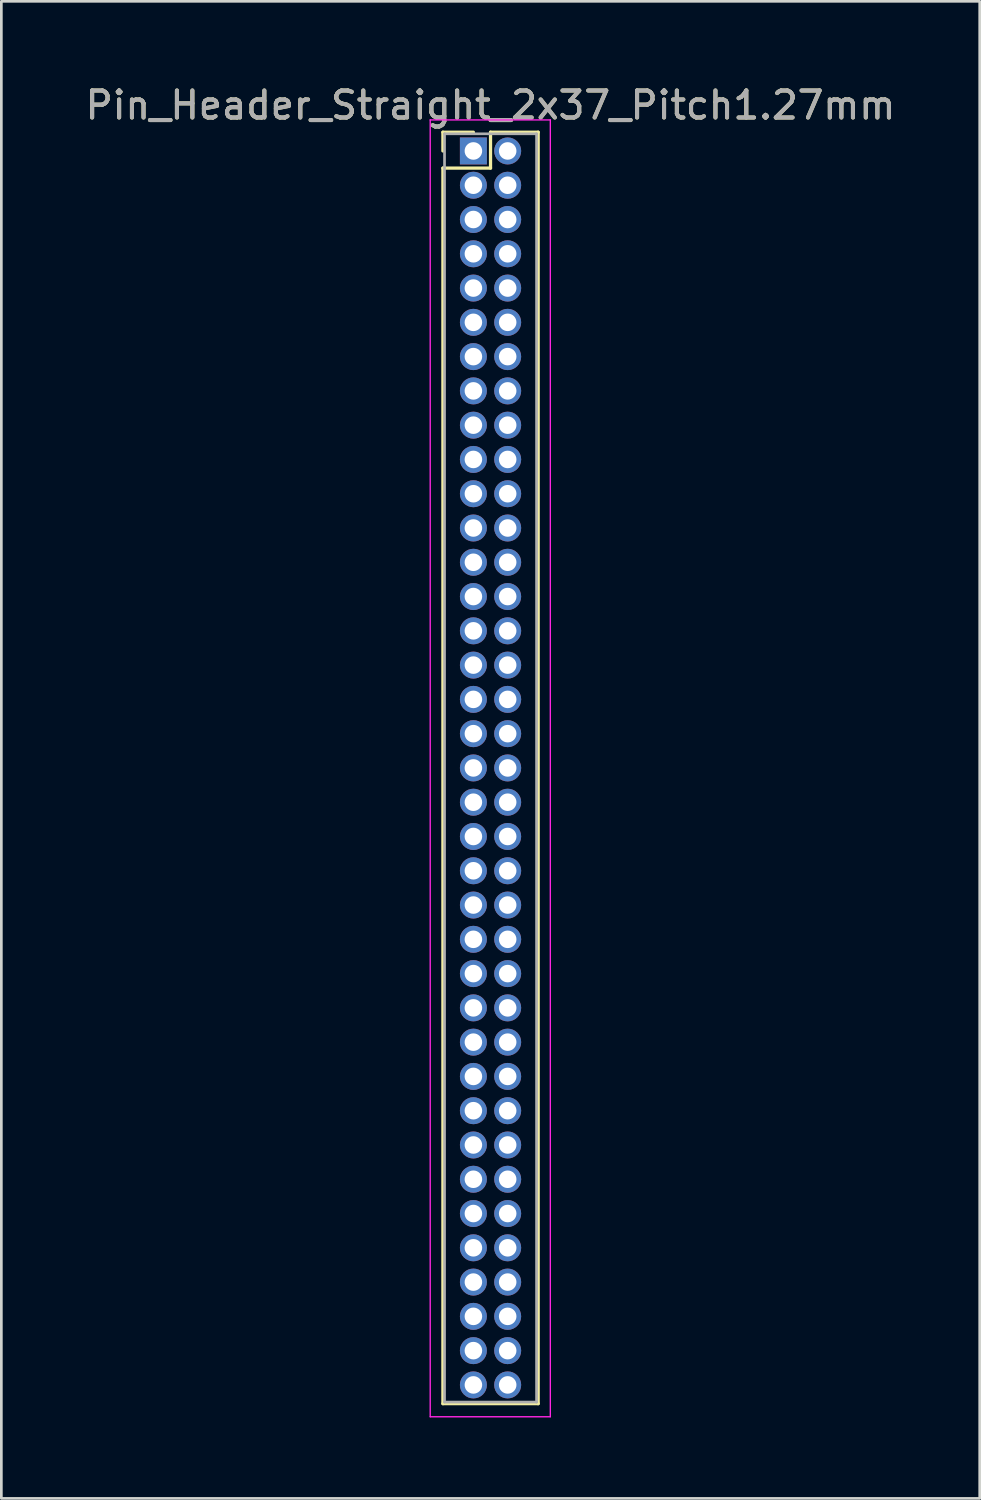
<source format=kicad_pcb>
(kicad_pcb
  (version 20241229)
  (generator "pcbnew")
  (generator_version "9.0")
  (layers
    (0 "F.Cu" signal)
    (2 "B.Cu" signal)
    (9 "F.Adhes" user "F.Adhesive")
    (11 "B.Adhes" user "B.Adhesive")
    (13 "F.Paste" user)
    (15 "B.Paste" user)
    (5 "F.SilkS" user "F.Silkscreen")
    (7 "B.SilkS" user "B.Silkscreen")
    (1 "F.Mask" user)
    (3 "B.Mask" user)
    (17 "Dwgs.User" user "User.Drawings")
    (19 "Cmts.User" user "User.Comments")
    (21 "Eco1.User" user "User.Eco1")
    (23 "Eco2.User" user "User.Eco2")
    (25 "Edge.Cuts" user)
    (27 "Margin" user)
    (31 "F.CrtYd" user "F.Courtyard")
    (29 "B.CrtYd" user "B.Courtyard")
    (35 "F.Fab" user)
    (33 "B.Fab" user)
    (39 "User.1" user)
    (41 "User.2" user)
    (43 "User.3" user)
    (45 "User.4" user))
  (footprint "Pin_Header_Straight_2x37_Pitch1.27mm"
    (layer "F.Cu")
    (at 14.49 2.543)
    (property "Reference" "Pin_Header_Straight_2x37_Pitch1.27mm" (at 0.635 -1.695 0) (layer "F.SilkS") (effects (font (size 1 1) (thickness 0.15))))
    (attr through_hole)
    (fp_line (start -1.13 -0.695) (end 0 -0.695) (stroke (width 0.12) (type solid)) (layer "F.SilkS"))
    (fp_line (start -1.13 0) (end -1.13 -0.695) (stroke (width 0.12) (type solid)) (layer "F.SilkS"))
    (fp_line (start -1.13 0.635) (end -1.13 46.415) (stroke (width 0.12) (type solid)) (layer "F.SilkS"))
    (fp_line (start -1.13 46.415) (end 2.4 46.415) (stroke (width 0.12) (type solid)) (layer "F.SilkS"))
    (fp_line (start 0.635 -0.695) (end 0.635 0.635) (stroke (width 0.12) (type solid)) (layer "F.SilkS"))
    (fp_line (start 0.635 0.635) (end -1.13 0.635) (stroke (width 0.12) (type solid)) (layer "F.SilkS"))
    (fp_line (start 2.4 -0.695) (end 0.635 -0.695) (stroke (width 0.12) (type solid)) (layer "F.SilkS"))
    (fp_line (start 2.4 46.415) (end 2.4 -0.695) (stroke (width 0.12) (type solid)) (layer "F.SilkS"))
    (fp_line (start -1.6 -1.15) (end -1.6 46.9) (stroke (width 0.05) (type solid)) (layer "F.CrtYd"))
    (fp_line (start -1.6 46.9) (end 2.85 46.9) (stroke (width 0.05) (type solid)) (layer "F.CrtYd"))
    (fp_line (start 2.85 -1.15) (end -1.6 -1.15) (stroke (width 0.05) (type solid)) (layer "F.CrtYd"))
    (fp_line (start 2.85 46.9) (end 2.85 -1.15) (stroke (width 0.05) (type solid)) (layer "F.CrtYd"))
    (fp_line (start -1.07 -0.635) (end -1.07 46.355) (stroke (width 0.1) (type solid)) (layer "F.Fab"))
    (fp_line (start -1.07 46.355) (end 2.34 46.355) (stroke (width 0.1) (type solid)) (layer "F.Fab"))
    (fp_line (start 2.34 -0.635) (end -1.07 -0.635) (stroke (width 0.1) (type solid)) (layer "F.Fab"))
    (fp_line (start 2.34 46.355) (end 2.34 -0.635) (stroke (width 0.1) (type solid)) (layer "F.Fab"))
    (fp_text user "${REFERENCE}" (at 0.635 -1.695 0) (layer "F.Fab") (effects (font (size 1 1) (thickness 0.15))))
    (pad "1" thru_hole rect (at 0 0) (size 1 1) (drill 0.65) (layers "*.Cu" "*.Mask"))
    (pad "2" thru_hole oval (at 1.27 0) (size 1 1) (drill 0.65) (layers "*.Cu" "*.Mask"))
    (pad "3" thru_hole oval (at 0 1.27) (size 1 1) (drill 0.65) (layers "*.Cu" "*.Mask"))
    (pad "4" thru_hole oval (at 1.27 1.27) (size 1 1) (drill 0.65) (layers "*.Cu" "*.Mask"))
    (pad "5" thru_hole oval (at 0 2.54) (size 1 1) (drill 0.65) (layers "*.Cu" "*.Mask"))
    (pad "6" thru_hole oval (at 1.27 2.54) (size 1 1) (drill 0.65) (layers "*.Cu" "*.Mask"))
    (pad "7" thru_hole oval (at 0 3.81) (size 1 1) (drill 0.65) (layers "*.Cu" "*.Mask"))
    (pad "8" thru_hole oval (at 1.27 3.81) (size 1 1) (drill 0.65) (layers "*.Cu" "*.Mask"))
    (pad "9" thru_hole oval (at 0 5.08) (size 1 1) (drill 0.65) (layers "*.Cu" "*.Mask"))
    (pad "10" thru_hole oval (at 1.27 5.08) (size 1 1) (drill 0.65) (layers "*.Cu" "*.Mask"))
    (pad "11" thru_hole oval (at 0 6.35) (size 1 1) (drill 0.65) (layers "*.Cu" "*.Mask"))
    (pad "12" thru_hole oval (at 1.27 6.35) (size 1 1) (drill 0.65) (layers "*.Cu" "*.Mask"))
    (pad "13" thru_hole oval (at 0 7.62) (size 1 1) (drill 0.65) (layers "*.Cu" "*.Mask"))
    (pad "14" thru_hole oval (at 1.27 7.62) (size 1 1) (drill 0.65) (layers "*.Cu" "*.Mask"))
    (pad "15" thru_hole oval (at 0 8.89) (size 1 1) (drill 0.65) (layers "*.Cu" "*.Mask"))
    (pad "16" thru_hole oval (at 1.27 8.89) (size 1 1) (drill 0.65) (layers "*.Cu" "*.Mask"))
    (pad "17" thru_hole oval (at 0 10.16) (size 1 1) (drill 0.65) (layers "*.Cu" "*.Mask"))
    (pad "18" thru_hole oval (at 1.27 10.16) (size 1 1) (drill 0.65) (layers "*.Cu" "*.Mask"))
    (pad "19" thru_hole oval (at 0 11.43) (size 1 1) (drill 0.65) (layers "*.Cu" "*.Mask"))
    (pad "20" thru_hole oval (at 1.27 11.43) (size 1 1) (drill 0.65) (layers "*.Cu" "*.Mask"))
    (pad "21" thru_hole oval (at 0 12.7) (size 1 1) (drill 0.65) (layers "*.Cu" "*.Mask"))
    (pad "22" thru_hole oval (at 1.27 12.7) (size 1 1) (drill 0.65) (layers "*.Cu" "*.Mask"))
    (pad "23" thru_hole oval (at 0 13.97) (size 1 1) (drill 0.65) (layers "*.Cu" "*.Mask"))
    (pad "24" thru_hole oval (at 1.27 13.97) (size 1 1) (drill 0.65) (layers "*.Cu" "*.Mask"))
    (pad "25" thru_hole oval (at 0 15.24) (size 1 1) (drill 0.65) (layers "*.Cu" "*.Mask"))
    (pad "26" thru_hole oval (at 1.27 15.24) (size 1 1) (drill 0.65) (layers "*.Cu" "*.Mask"))
    (pad "27" thru_hole oval (at 0 16.51) (size 1 1) (drill 0.65) (layers "*.Cu" "*.Mask"))
    (pad "28" thru_hole oval (at 1.27 16.51) (size 1 1) (drill 0.65) (layers "*.Cu" "*.Mask"))
    (pad "29" thru_hole oval (at 0 17.78) (size 1 1) (drill 0.65) (layers "*.Cu" "*.Mask"))
    (pad "30" thru_hole oval (at 1.27 17.78) (size 1 1) (drill 0.65) (layers "*.Cu" "*.Mask"))
    (pad "31" thru_hole oval (at 0 19.05) (size 1 1) (drill 0.65) (layers "*.Cu" "*.Mask"))
    (pad "32" thru_hole oval (at 1.27 19.05) (size 1 1) (drill 0.65) (layers "*.Cu" "*.Mask"))
    (pad "33" thru_hole oval (at 0 20.32) (size 1 1) (drill 0.65) (layers "*.Cu" "*.Mask"))
    (pad "34" thru_hole oval (at 1.27 20.32) (size 1 1) (drill 0.65) (layers "*.Cu" "*.Mask"))
    (pad "35" thru_hole oval (at 0 21.59) (size 1 1) (drill 0.65) (layers "*.Cu" "*.Mask"))
    (pad "36" thru_hole oval (at 1.27 21.59) (size 1 1) (drill 0.65) (layers "*.Cu" "*.Mask"))
    (pad "37" thru_hole oval (at 0 22.86) (size 1 1) (drill 0.65) (layers "*.Cu" "*.Mask"))
    (pad "38" thru_hole oval (at 1.27 22.86) (size 1 1) (drill 0.65) (layers "*.Cu" "*.Mask"))
    (pad "39" thru_hole oval (at 0 24.13) (size 1 1) (drill 0.65) (layers "*.Cu" "*.Mask"))
    (pad "40" thru_hole oval (at 1.27 24.13) (size 1 1) (drill 0.65) (layers "*.Cu" "*.Mask"))
    (pad "41" thru_hole oval (at 0 25.4) (size 1 1) (drill 0.65) (layers "*.Cu" "*.Mask"))
    (pad "42" thru_hole oval (at 1.27 25.4) (size 1 1) (drill 0.65) (layers "*.Cu" "*.Mask"))
    (pad "43" thru_hole oval (at 0 26.67) (size 1 1) (drill 0.65) (layers "*.Cu" "*.Mask"))
    (pad "44" thru_hole oval (at 1.27 26.67) (size 1 1) (drill 0.65) (layers "*.Cu" "*.Mask"))
    (pad "45" thru_hole oval (at 0 27.94) (size 1 1) (drill 0.65) (layers "*.Cu" "*.Mask"))
    (pad "46" thru_hole oval (at 1.27 27.94) (size 1 1) (drill 0.65) (layers "*.Cu" "*.Mask"))
    (pad "47" thru_hole oval (at 0 29.21) (size 1 1) (drill 0.65) (layers "*.Cu" "*.Mask"))
    (pad "48" thru_hole oval (at 1.27 29.21) (size 1 1) (drill 0.65) (layers "*.Cu" "*.Mask"))
    (pad "49" thru_hole oval (at 0 30.48) (size 1 1) (drill 0.65) (layers "*.Cu" "*.Mask"))
    (pad "50" thru_hole oval (at 1.27 30.48) (size 1 1) (drill 0.65) (layers "*.Cu" "*.Mask"))
    (pad "51" thru_hole oval (at 0 31.75) (size 1 1) (drill 0.65) (layers "*.Cu" "*.Mask"))
    (pad "52" thru_hole oval (at 1.27 31.75) (size 1 1) (drill 0.65) (layers "*.Cu" "*.Mask"))
    (pad "53" thru_hole oval (at 0 33.02) (size 1 1) (drill 0.65) (layers "*.Cu" "*.Mask"))
    (pad "54" thru_hole oval (at 1.27 33.02) (size 1 1) (drill 0.65) (layers "*.Cu" "*.Mask"))
    (pad "55" thru_hole oval (at 0 34.29) (size 1 1) (drill 0.65) (layers "*.Cu" "*.Mask"))
    (pad "56" thru_hole oval (at 1.27 34.29) (size 1 1) (drill 0.65) (layers "*.Cu" "*.Mask"))
    (pad "57" thru_hole oval (at 0 35.56) (size 1 1) (drill 0.65) (layers "*.Cu" "*.Mask"))
    (pad "58" thru_hole oval (at 1.27 35.56) (size 1 1) (drill 0.65) (layers "*.Cu" "*.Mask"))
    (pad "59" thru_hole oval (at 0 36.83) (size 1 1) (drill 0.65) (layers "*.Cu" "*.Mask"))
    (pad "60" thru_hole oval (at 1.27 36.83) (size 1 1) (drill 0.65) (layers "*.Cu" "*.Mask"))
    (pad "61" thru_hole oval (at 0 38.1) (size 1 1) (drill 0.65) (layers "*.Cu" "*.Mask"))
    (pad "62" thru_hole oval (at 1.27 38.1) (size 1 1) (drill 0.65) (layers "*.Cu" "*.Mask"))
    (pad "63" thru_hole oval (at 0 39.37) (size 1 1) (drill 0.65) (layers "*.Cu" "*.Mask"))
    (pad "64" thru_hole oval (at 1.27 39.37) (size 1 1) (drill 0.65) (layers "*.Cu" "*.Mask"))
    (pad "65" thru_hole oval (at 0 40.64) (size 1 1) (drill 0.65) (layers "*.Cu" "*.Mask"))
    (pad "66" thru_hole oval (at 1.27 40.64) (size 1 1) (drill 0.65) (layers "*.Cu" "*.Mask"))
    (pad "67" thru_hole oval (at 0 41.91) (size 1 1) (drill 0.65) (layers "*.Cu" "*.Mask"))
    (pad "68" thru_hole oval (at 1.27 41.91) (size 1 1) (drill 0.65) (layers "*.Cu" "*.Mask"))
    (pad "69" thru_hole oval (at 0 43.18) (size 1 1) (drill 0.65) (layers "*.Cu" "*.Mask"))
    (pad "70" thru_hole oval (at 1.27 43.18) (size 1 1) (drill 0.65) (layers "*.Cu" "*.Mask"))
    (pad "71" thru_hole oval (at 0 44.45) (size 1 1) (drill 0.65) (layers "*.Cu" "*.Mask"))
    (pad "72" thru_hole oval (at 1.27 44.45) (size 1 1) (drill 0.65) (layers "*.Cu" "*.Mask"))
    (pad "73" thru_hole oval (at 0 45.72) (size 1 1) (drill 0.65) (layers "*.Cu" "*.Mask"))
    (pad "74" thru_hole oval (at 1.27 45.72) (size 1 1) (drill 0.65) (layers "*.Cu" "*.Mask")))
  (gr_rect
    (start -3 -3)
    (end 33.25 52.468)
    (stroke (width 0.1) (type default))
    (fill no)
    (layer "Edge.Cuts")))
</source>
